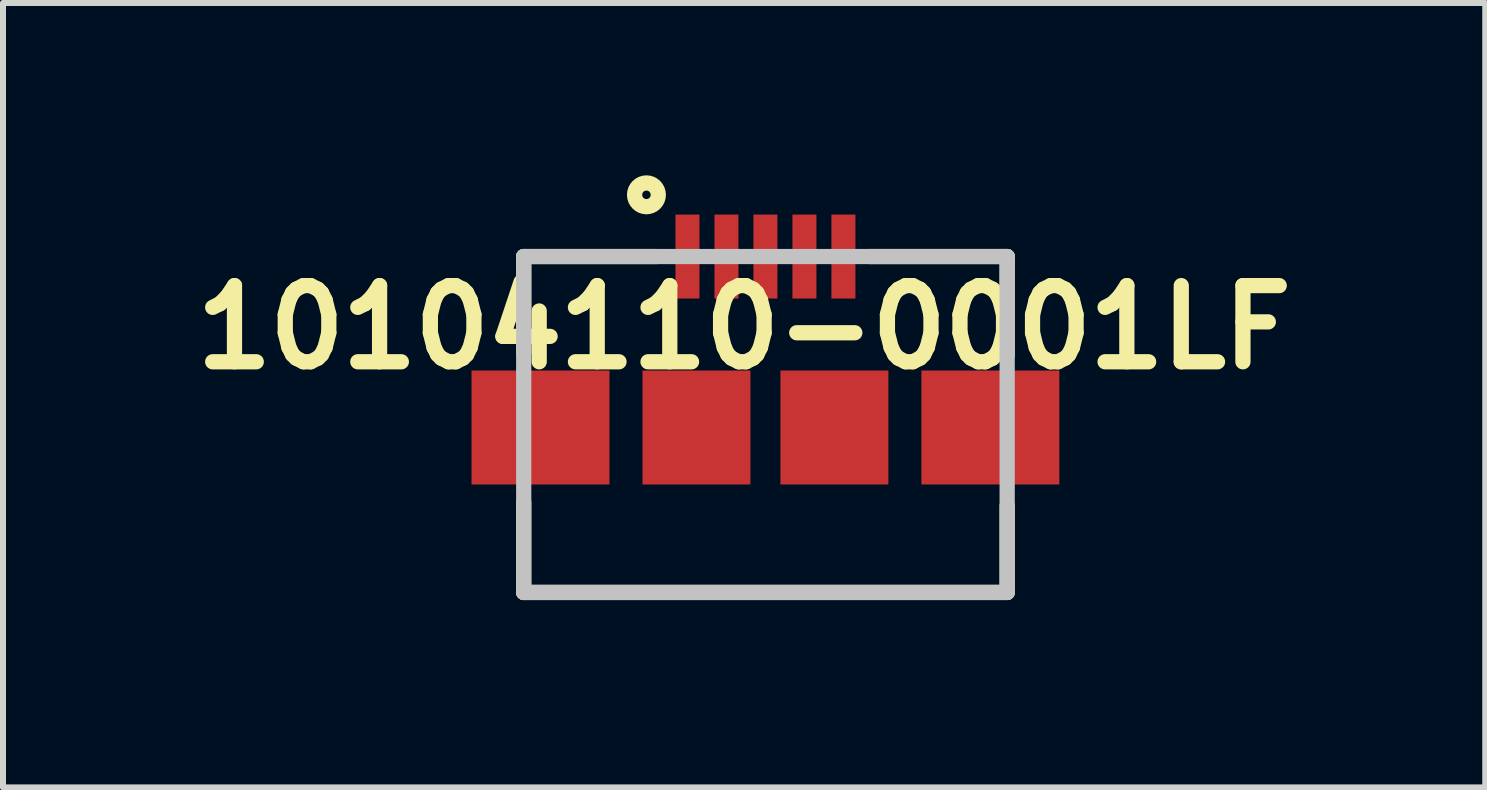
<source format=kicad_pcb>
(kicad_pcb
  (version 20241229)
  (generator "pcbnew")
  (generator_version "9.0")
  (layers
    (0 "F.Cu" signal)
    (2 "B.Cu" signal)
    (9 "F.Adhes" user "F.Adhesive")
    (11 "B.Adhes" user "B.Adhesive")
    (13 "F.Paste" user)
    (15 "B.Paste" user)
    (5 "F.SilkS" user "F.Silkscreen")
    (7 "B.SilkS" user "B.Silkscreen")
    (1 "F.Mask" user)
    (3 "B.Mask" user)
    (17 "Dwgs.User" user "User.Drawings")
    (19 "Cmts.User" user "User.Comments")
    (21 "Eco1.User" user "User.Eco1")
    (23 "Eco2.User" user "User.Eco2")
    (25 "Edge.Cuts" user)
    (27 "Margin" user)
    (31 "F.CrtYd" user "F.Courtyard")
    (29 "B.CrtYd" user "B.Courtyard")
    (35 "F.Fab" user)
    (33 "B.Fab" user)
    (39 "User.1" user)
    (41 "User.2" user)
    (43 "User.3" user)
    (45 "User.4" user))
  (footprint "10104110-0001LF"
    (layer "F.Cu")
    (at 5.681 6.827)
    (property "Reference" "10104110-0001LF" (at 3.675 -4.42 0) (layer "F.SilkS") (effects (font (size 1.27 1.27) (thickness 0.254))))
    (attr smd)
    (fp_line (start 0 -5.6) (end 0 -3.995) (stroke (width 0.254) (type solid)) (layer "F.SilkS"))
    (fp_line (start 0 -5.6) (end 2.216 -5.6) (stroke (width 0.254) (type solid)) (layer "F.SilkS"))
    (fp_line (start 0 0) (end 0 -1.503) (stroke (width 0.254) (type solid)) (layer "F.SilkS"))
    (fp_line (start 0 0) (end 8.06 0) (stroke (width 0.254) (type solid)) (layer "F.SilkS"))
    (fp_line (start 8.06 -5.6) (end 5.771 -5.6) (stroke (width 0.254) (type solid)) (layer "F.SilkS"))
    (fp_line (start 8.06 -5.6) (end 8.06 -3.953) (stroke (width 0.254) (type solid)) (layer "F.SilkS"))
    (fp_line (start 8.06 0) (end 8.06 -1.447) (stroke (width 0.254) (type solid)) (layer "F.SilkS"))
    (fp_circle (center 2.046 -6.629) (end 1.975 -6.629) (stroke (width 0.254) (type solid)) (fill no) (layer "F.SilkS"))
    (fp_line (start 0 -5.6) (end 8.06 -5.6) (stroke (width 0.254) (type solid)) (layer "Dwgs.User"))
    (fp_line (start 0 0) (end 0 -5.6) (stroke (width 0.254) (type solid)) (layer "Dwgs.User"))
    (fp_line (start 8.06 -5.6) (end 8.06 0) (stroke (width 0.254) (type solid)) (layer "Dwgs.User"))
    (fp_line (start 8.06 0) (end 0 0) (stroke (width 0.254) (type solid)) (layer "Dwgs.User"))
    (pad "1" smd rect (at 2.73 -5.6) (size 0.4 1.4) (layers "F.Cu" "F.Mask" "F.Paste"))
    (pad "2" smd rect (at 3.38 -5.6) (size 0.4 1.4) (layers "F.Cu" "F.Mask" "F.Paste"))
    (pad "3" smd rect (at 4.03 -5.6) (size 0.4 1.4) (layers "F.Cu" "F.Mask" "F.Paste"))
    (pad "4" smd rect (at 4.68 -5.6) (size 0.4 1.4) (layers "F.Cu" "F.Mask" "F.Paste"))
    (pad "5" smd rect (at 5.33 -5.6) (size 0.4 1.4) (layers "F.Cu" "F.Mask" "F.Paste"))
    (pad "6" smd rect (at 0.28 -2.75 90) (size 1.9 2.3) (layers "F.Cu" "F.Mask" "F.Paste"))
    (pad "7" smd rect (at 7.78 -2.75 90) (size 1.9 2.3) (layers "F.Cu" "F.Mask" "F.Paste"))
    (pad "8" smd rect (at 2.88 -2.75) (size 1.8 1.9) (layers "F.Cu" "F.Mask" "F.Paste"))
    (pad "9" smd rect (at 5.18 -2.75) (size 1.8 1.9) (layers "F.Cu" "F.Mask" "F.Paste")))
  (gr_rect
    (start -3 -3)
    (end 21.711 10.077)
    (stroke (width 0.1) (type default))
    (fill no)
    (layer "Edge.Cuts")))
</source>
